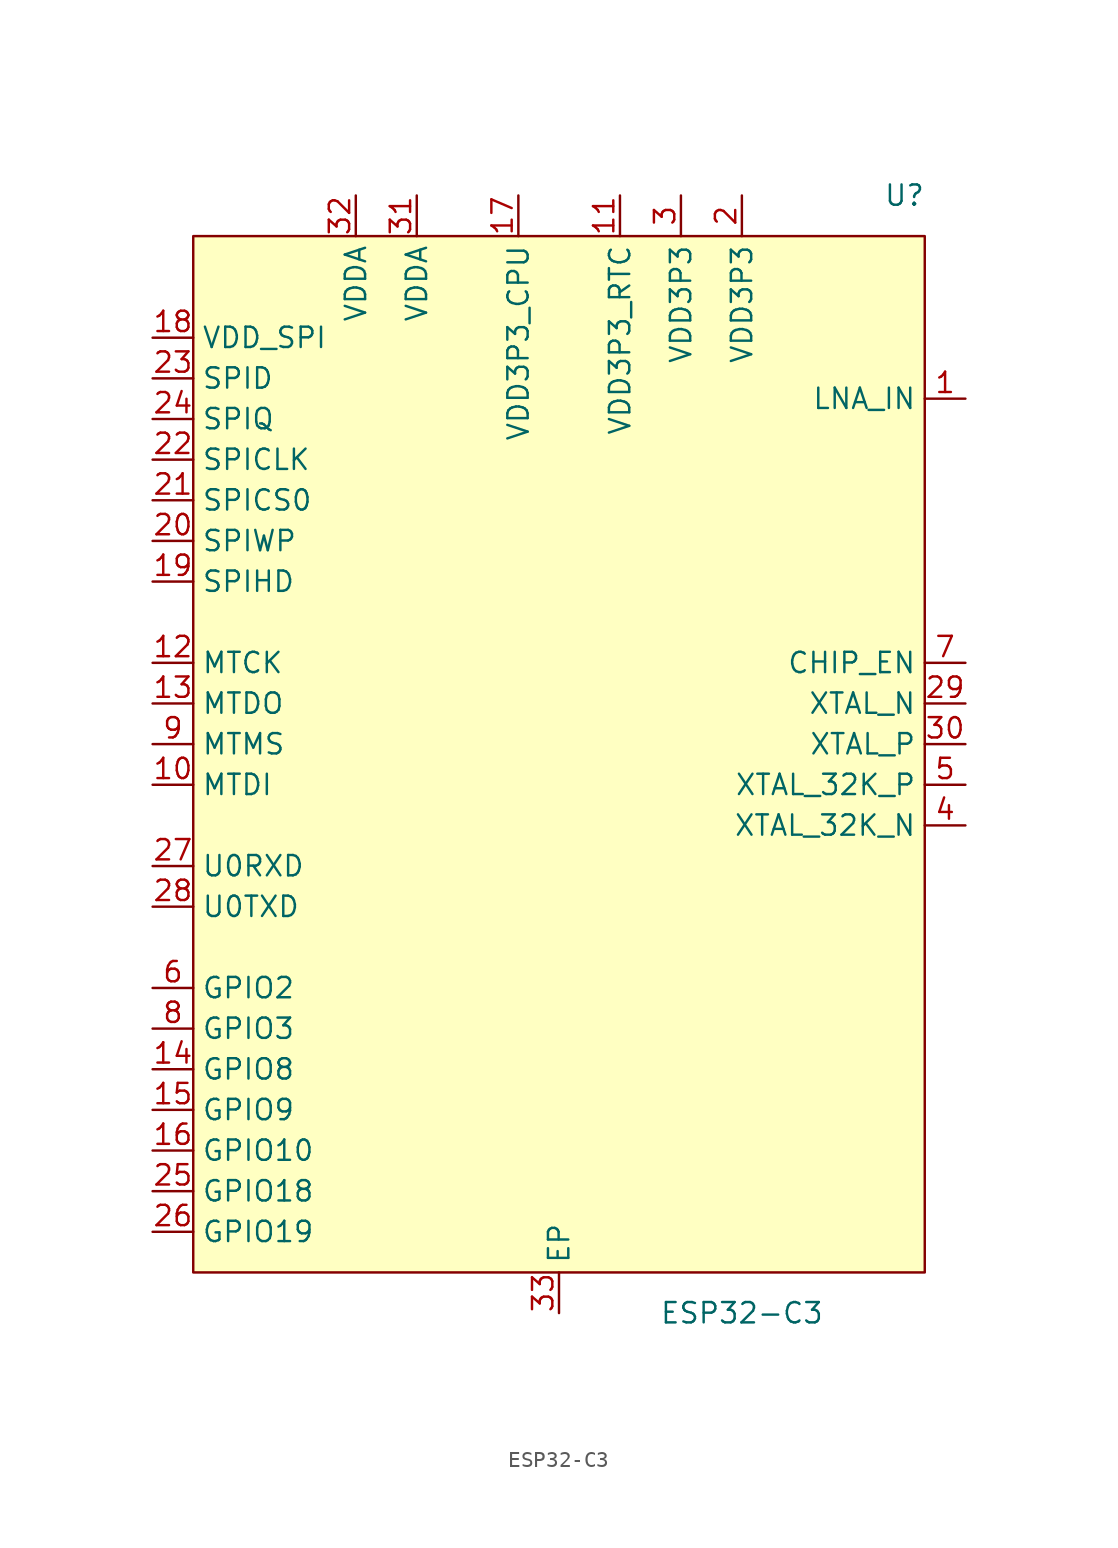
<source format=kicad_sym>
(kicad_symbol_lib
  (version 20220914)
  (generator kicad_symbol_editor)
  (symbol "ESP32-C3"
    (property "Reference" "U"
      (at 21.59 34.29 0)
      (effects (font (size 1.27 1.27))))
    (property "Value" "ESP32-C3"
      (at 11.43 -35.56 0)
      (effects (font (size 1.27 1.27))))
    (symbol "ESP32-C3_0_0"
      (pin bidirectional line (at 25.4 21.59 180) (length 2.54) (name "LNA_IN" (effects (font (size 1.27 1.27)))) (number "1" (effects (font (size 1.27 1.27)))))
      (pin bidirectional line (at -25.4 -2.54 0) (length 2.54) (name "MTDI" (effects (font (size 1.27 1.27)))) (number "10" (effects (font (size 1.27 1.27)))))
      (pin bidirectional line (at 3.81 34.29 270) (length 2.54) (name "VDD3P3_RTC" (effects (font (size 1.27 1.27)))) (number "11" (effects (font (size 1.27 1.27)))))
      (pin bidirectional line (at -25.4 5.08 0) (length 2.54) (name "MTCK" (effects (font (size 1.27 1.27)))) (number "12" (effects (font (size 1.27 1.27)))))
      (pin bidirectional line (at -25.4 2.54 0) (length 2.54) (name "MTDO" (effects (font (size 1.27 1.27)))) (number "13" (effects (font (size 1.27 1.27)))))
      (pin bidirectional line (at -25.4 -20.32 0) (length 2.54) (name "GPIO8" (effects (font (size 1.27 1.27)))) (number "14" (effects (font (size 1.27 1.27)))))
      (pin bidirectional line (at -25.4 -22.86 0) (length 2.54) (name "GPIO9" (effects (font (size 1.27 1.27)))) (number "15" (effects (font (size 1.27 1.27)))))
      (pin bidirectional line (at -25.4 -25.4 0) (length 2.54) (name "GPIO10" (effects (font (size 1.27 1.27)))) (number "16" (effects (font (size 1.27 1.27)))))
      (pin bidirectional line (at -2.54 34.29 270) (length 2.54) (name "VDD3P3_CPU" (effects (font (size 1.27 1.27)))) (number "17" (effects (font (size 1.27 1.27)))))
      (pin unspecified line (at -25.4 25.4 0) (length 2.54) (name "VDD_SPI" (effects (font (size 1.27 1.27)))) (number "18" (effects (font (size 1.27 1.27)))))
      (pin bidirectional line (at -25.4 10.16 0) (length 2.54) (name "SPIHD" (effects (font (size 1.27 1.27)))) (number "19" (effects (font (size 1.27 1.27)))))
      (pin bidirectional line (at 11.43 34.29 270) (length 2.54) (name "VDD3P3" (effects (font (size 1.27 1.27)))) (number "2" (effects (font (size 1.27 1.27)))))
      (pin bidirectional line (at -25.4 12.7 0) (length 2.54) (name "SPIWP" (effects (font (size 1.27 1.27)))) (number "20" (effects (font (size 1.27 1.27)))))
      (pin bidirectional line (at -25.4 15.24 0) (length 2.54) (name "SPICS0" (effects (font (size 1.27 1.27)))) (number "21" (effects (font (size 1.27 1.27)))))
      (pin bidirectional line (at -25.4 17.78 0) (length 2.54) (name "SPICLK" (effects (font (size 1.27 1.27)))) (number "22" (effects (font (size 1.27 1.27)))))
      (pin bidirectional line (at -25.4 22.86 0) (length 2.54) (name "SPID" (effects (font (size 1.27 1.27)))) (number "23" (effects (font (size 1.27 1.27)))))
      (pin bidirectional line (at -25.4 20.32 0) (length 2.54) (name "SPIQ" (effects (font (size 1.27 1.27)))) (number "24" (effects (font (size 1.27 1.27)))))
      (pin bidirectional line (at -25.4 -27.94 0) (length 2.54) (name "GPIO18" (effects (font (size 1.27 1.27)))) (number "25" (effects (font (size 1.27 1.27)))))
      (pin bidirectional line (at -25.4 -30.48 0) (length 2.54) (name "GPIO19" (effects (font (size 1.27 1.27)))) (number "26" (effects (font (size 1.27 1.27)))))
      (pin bidirectional line (at -25.4 -7.62 0) (length 2.54) (name "U0RXD" (effects (font (size 1.27 1.27)))) (number "27" (effects (font (size 1.27 1.27)))))
      (pin bidirectional line (at -25.4 -10.16 0) (length 2.54) (name "U0TXD" (effects (font (size 1.27 1.27)))) (number "28" (effects (font (size 1.27 1.27)))))
      (pin bidirectional line (at 25.4 2.54 180) (length 2.54) (name "XTAL_N" (effects (font (size 1.27 1.27)))) (number "29" (effects (font (size 1.27 1.27)))))
      (pin bidirectional line (at 7.62 34.29 270) (length 2.54) (name "VDD3P3" (effects (font (size 1.27 1.27)))) (number "3" (effects (font (size 1.27 1.27)))))
      (pin bidirectional line (at 25.4 0 180) (length 2.54) (name "XTAL_P" (effects (font (size 1.27 1.27)))) (number "30" (effects (font (size 1.27 1.27)))))
      (pin bidirectional line (at -8.89 34.29 270) (length 2.54) (name "VDDA" (effects (font (size 1.27 1.27)))) (number "31" (effects (font (size 1.27 1.27)))))
      (pin bidirectional line (at -12.7 34.29 270) (length 2.54) (name "VDDA" (effects (font (size 1.27 1.27)))) (number "32" (effects (font (size 1.27 1.27)))))
      (pin bidirectional line (at 0 -35.56 90) (length 2.54) (name "EP" (effects (font (size 1.27 1.27)))) (number "33" (effects (font (size 1.27 1.27)))))
      (pin bidirectional line (at 25.4 -5.08 180) (length 2.54) (name "XTAL_32K_N" (effects (font (size 1.27 1.27)))) (number "4" (effects (font (size 1.27 1.27)))))
      (pin bidirectional line (at 25.4 -2.54 180) (length 2.54) (name "XTAL_32K_P" (effects (font (size 1.27 1.27)))) (number "5" (effects (font (size 1.27 1.27)))))
      (pin bidirectional line (at -25.4 -15.24 0) (length 2.54) (name "GPIO2" (effects (font (size 1.27 1.27)))) (number "6" (effects (font (size 1.27 1.27)))))
      (pin bidirectional line (at 25.4 5.08 180) (length 2.54) (name "CHIP_EN" (effects (font (size 1.27 1.27)))) (number "7" (effects (font (size 1.27 1.27)))))
      (pin bidirectional line (at -25.4 -17.78 0) (length 2.54) (name "GPIO3" (effects (font (size 1.27 1.27)))) (number "8" (effects (font (size 1.27 1.27)))))
      (pin bidirectional line (at -25.4 0 0) (length 2.54) (name "MTMS" (effects (font (size 1.27 1.27)))) (number "9" (effects (font (size 1.27 1.27))))))
    (symbol "ESP32-C3_0_1"
      (rectangle (start -22.86 31.75) (end 22.86 -33.02) (stroke (width 0) (type default)) (fill (type background))))))
</source>
